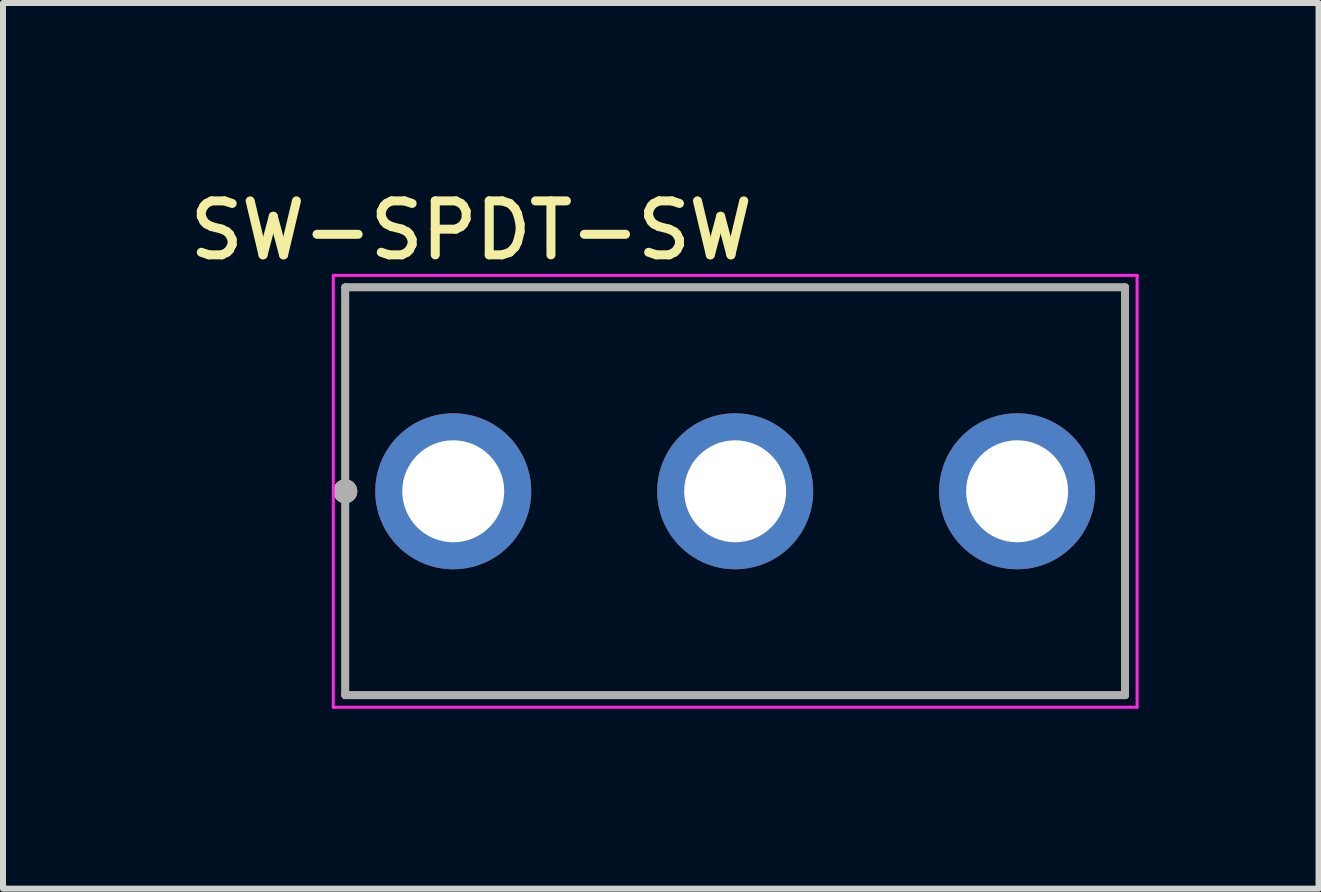
<source format=kicad_pcb>
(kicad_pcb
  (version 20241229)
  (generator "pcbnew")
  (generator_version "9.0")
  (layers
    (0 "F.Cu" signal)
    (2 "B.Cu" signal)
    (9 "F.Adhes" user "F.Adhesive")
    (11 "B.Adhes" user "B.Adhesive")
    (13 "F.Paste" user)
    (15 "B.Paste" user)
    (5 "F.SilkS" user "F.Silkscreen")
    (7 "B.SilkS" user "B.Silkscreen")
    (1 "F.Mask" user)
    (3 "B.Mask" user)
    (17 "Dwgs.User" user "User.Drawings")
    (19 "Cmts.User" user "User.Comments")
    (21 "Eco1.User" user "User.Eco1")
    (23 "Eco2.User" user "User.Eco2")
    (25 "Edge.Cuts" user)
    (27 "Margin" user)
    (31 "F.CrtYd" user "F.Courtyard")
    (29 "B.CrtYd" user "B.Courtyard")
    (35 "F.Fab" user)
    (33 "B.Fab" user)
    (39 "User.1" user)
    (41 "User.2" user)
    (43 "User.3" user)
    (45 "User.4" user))
  (footprint "SW-SPDT-SW"
    (layer "F.Cu")
    (at 9.206 5.14)
    (property "Reference" "SW-SPDT-SW" (at -4.4 -4.35 0) (layer "F.SilkS") (effects (font (size 0.9 0.9) (thickness 0.15))))
    (attr through_hole)
    (fp_line (start -6.5 3.4) (end -6.5 -3.4) (stroke (width 0.127) (type solid)) (layer "F.SilkS"))
    (fp_line (start 6.5 -3.4) (end -6.5 -3.4) (stroke (width 0.127) (type solid)) (layer "F.SilkS"))
    (fp_line (start 6.5 3.4) (end -6.5 3.4) (stroke (width 0.127) (type solid)) (layer "F.SilkS"))
    (fp_line (start 6.5 3.4) (end 6.5 -3.4) (stroke (width 0.127) (type solid)) (layer "F.SilkS"))
    (fp_circle (center -6.5 0) (end -6.4 0) (stroke (width 0.2) (type solid)) (fill no) (layer "F.SilkS"))
    (fp_line (start -6.7 -3.6) (end -6.7 3.6) (stroke (width 0.05) (type solid)) (layer "F.CrtYd"))
    (fp_line (start 6.7 -3.6) (end -6.7 -3.6) (stroke (width 0.05) (type solid)) (layer "F.CrtYd"))
    (fp_line (start 6.7 -3.6) (end 6.7 3.6) (stroke (width 0.05) (type solid)) (layer "F.CrtYd"))
    (fp_line (start 6.7 3.6) (end -6.7 3.6) (stroke (width 0.05) (type solid)) (layer "F.CrtYd"))
    (fp_line (start -6.5 -3.4) (end 6.5 -3.4) (stroke (width 0.127) (type solid)) (layer "F.Fab"))
    (fp_line (start -6.5 3.4) (end -6.5 -3.4) (stroke (width 0.127) (type solid)) (layer "F.Fab"))
    (fp_line (start -6.5 3.4) (end 6.5 3.4) (stroke (width 0.127) (type solid)) (layer "F.Fab"))
    (fp_line (start 6.5 3.4) (end 6.5 -3.4) (stroke (width 0.127) (type solid)) (layer "F.Fab"))
    (fp_circle (center -6.5 0) (end -6.4 0) (stroke (width 0.2) (type solid)) (fill no) (layer "F.Fab"))
    (pad "1" thru_hole circle (at -4.7 0) (size 2.6 2.6) (drill 1.7) (layers "*.Cu" "*.Mask"))
    (pad "2" thru_hole circle (at 0 0) (size 2.6 2.6) (drill 1.7) (layers "*.Cu" "*.Mask"))
    (pad "3" thru_hole circle (at 4.7 0) (size 2.6 2.6) (drill 1.7) (layers "*.Cu" "*.Mask")))
  (gr_rect
    (start -3 -3)
    (end 18.931 11.765)
    (stroke (width 0.1) (type default))
    (fill no)
    (layer "Edge.Cuts")))
</source>
